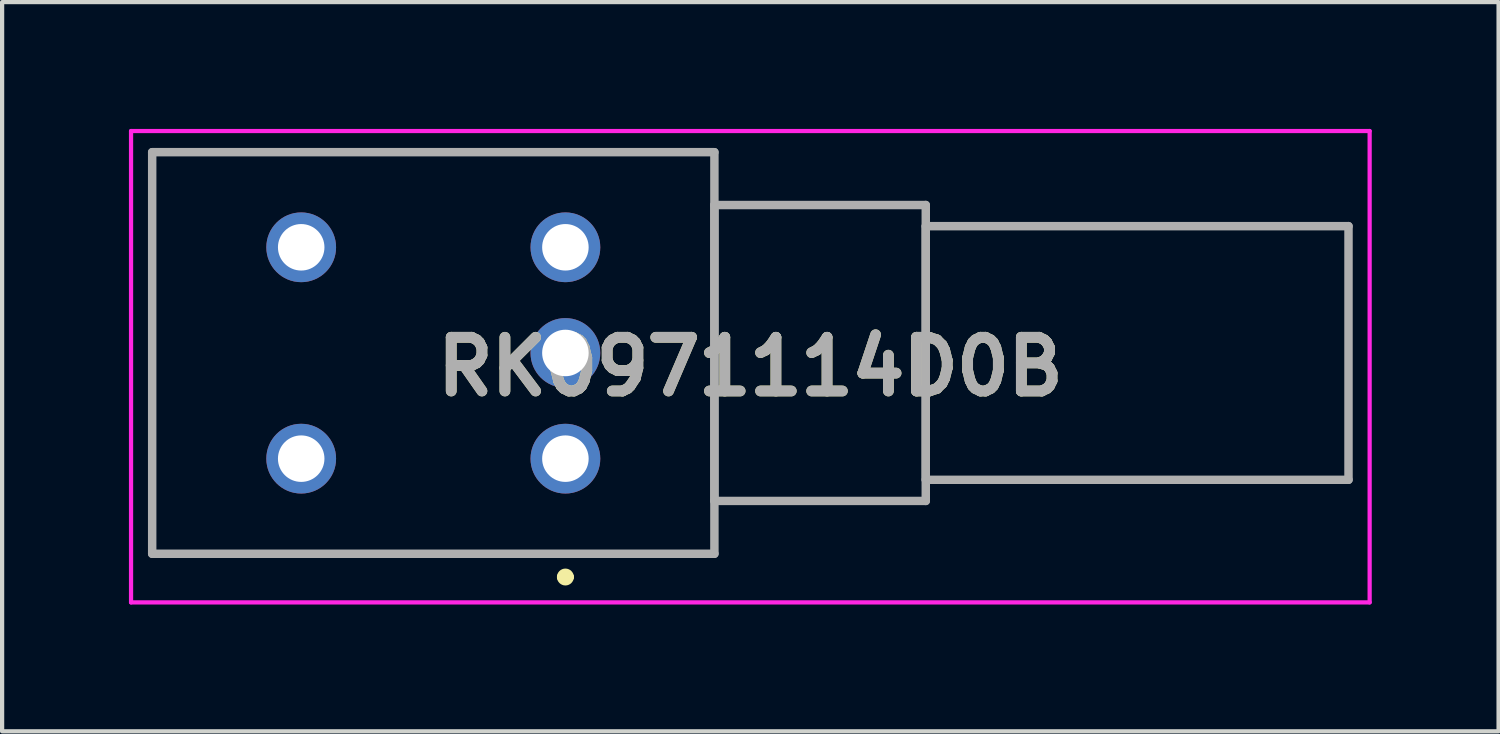
<source format=kicad_pcb>
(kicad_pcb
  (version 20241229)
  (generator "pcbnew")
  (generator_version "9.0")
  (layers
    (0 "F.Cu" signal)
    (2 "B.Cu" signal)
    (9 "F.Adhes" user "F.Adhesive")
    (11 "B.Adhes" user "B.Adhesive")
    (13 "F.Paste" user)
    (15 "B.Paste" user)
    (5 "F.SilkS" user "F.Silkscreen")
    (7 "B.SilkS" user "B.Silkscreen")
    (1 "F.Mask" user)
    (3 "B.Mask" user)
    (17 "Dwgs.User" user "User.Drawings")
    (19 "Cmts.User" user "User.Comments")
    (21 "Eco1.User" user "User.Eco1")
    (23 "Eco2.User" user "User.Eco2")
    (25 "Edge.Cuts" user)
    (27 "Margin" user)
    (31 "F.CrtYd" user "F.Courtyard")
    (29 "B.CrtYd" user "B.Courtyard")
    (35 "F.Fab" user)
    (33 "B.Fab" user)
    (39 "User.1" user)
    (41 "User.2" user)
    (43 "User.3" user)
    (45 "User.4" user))
  (footprint "RK0971114D0B"
    (layer "F.Cu")
    (at 10.325 7.8)
    (property "Reference" "RK0971114D0B" (at 4.375 -2.175 0) (layer "F.SilkS") (effects (font (size 1.27 1.27) (thickness 0.254))))
    (attr through_hole)
    (fp_line (start -9.775 -7.25) (end 3.525 -7.25) (stroke (width 0.1) (type solid)) (layer "F.SilkS"))
    (fp_line (start -9.775 2.25) (end -9.775 -7.25) (stroke (width 0.1) (type solid)) (layer "F.SilkS"))
    (fp_line (start -0.1 2.8) (end -0.1 2.8) (stroke (width 0.2) (type solid)) (layer "F.SilkS"))
    (fp_line (start 0.1 2.8) (end 0.1 2.8) (stroke (width 0.2) (type solid)) (layer "F.SilkS"))
    (fp_line (start 3.525 -7.25) (end 3.525 2.25) (stroke (width 0.1) (type solid)) (layer "F.SilkS"))
    (fp_line (start 3.525 2.25) (end -9.775 2.25) (stroke (width 0.1) (type solid)) (layer "F.SilkS"))
    (fp_arc (start -0.1 2.8) (mid 0 2.7) (end 0.1 2.8) (stroke (width 0.2) (type solid)) (layer "F.SilkS"))
    (fp_arc (start 0.1 2.8) (mid 0 2.9) (end -0.1 2.8) (stroke (width 0.2) (type solid)) (layer "F.SilkS"))
    (fp_line (start -10.275 -7.75) (end 19.025 -7.75) (stroke (width 0.1) (type solid)) (layer "F.CrtYd"))
    (fp_line (start -10.275 3.4) (end -10.275 -7.75) (stroke (width 0.1) (type solid)) (layer "F.CrtYd"))
    (fp_line (start 19.025 -7.75) (end 19.025 3.4) (stroke (width 0.1) (type solid)) (layer "F.CrtYd"))
    (fp_line (start 19.025 3.4) (end -10.275 3.4) (stroke (width 0.1) (type solid)) (layer "F.CrtYd"))
    (fp_line (start -9.775 -7.25) (end 3.525 -7.25) (stroke (width 0.2) (type solid)) (layer "F.Fab"))
    (fp_line (start -9.775 2.25) (end -9.775 -7.25) (stroke (width 0.2) (type solid)) (layer "F.Fab"))
    (fp_line (start 3.525 -7.25) (end 3.525 2.25) (stroke (width 0.2) (type solid)) (layer "F.Fab"))
    (fp_line (start 3.525 -6) (end 8.525 -6) (stroke (width 0.2) (type solid)) (layer "F.Fab"))
    (fp_line (start 3.525 1) (end 3.525 -6) (stroke (width 0.2) (type solid)) (layer "F.Fab"))
    (fp_line (start 3.525 2.25) (end -9.775 2.25) (stroke (width 0.2) (type solid)) (layer "F.Fab"))
    (fp_line (start 8.525 -6) (end 8.525 1) (stroke (width 0.2) (type solid)) (layer "F.Fab"))
    (fp_line (start 8.525 -5.5) (end 18.525 -5.5) (stroke (width 0.2) (type solid)) (layer "F.Fab"))
    (fp_line (start 8.525 0.5) (end 8.525 -5.5) (stroke (width 0.2) (type solid)) (layer "F.Fab"))
    (fp_line (start 8.525 1) (end 3.525 1) (stroke (width 0.2) (type solid)) (layer "F.Fab"))
    (fp_line (start 18.525 -5.5) (end 18.525 0.5) (stroke (width 0.2) (type solid)) (layer "F.Fab"))
    (fp_line (start 18.525 0.5) (end 8.525 0.5) (stroke (width 0.2) (type solid)) (layer "F.Fab"))
    (fp_text user "${REFERENCE}" (at 4.375 -2.175 0) (layer "F.Fab") (effects (font (size 1.27 1.27) (thickness 0.254))))
    (pad "1" thru_hole circle (at 0 0) (size 1.65 1.65) (drill 1.1) (layers "*.Cu" "*.Mask"))
    (pad "2" thru_hole circle (at 0 -2.5) (size 1.65 1.65) (drill 1.1) (layers "*.Cu" "*.Mask"))
    (pad "3" thru_hole circle (at 0 -5) (size 1.65 1.65) (drill 1.1) (layers "*.Cu" "*.Mask"))
    (pad "S1" thru_hole circle (at -6.25 0) (size 1.65 1.65) (drill 1.1) (layers "*.Cu" "*.Mask"))
    (pad "S2" thru_hole circle (at -6.25 -5) (size 1.65 1.65) (drill 1.1) (layers "*.Cu" "*.Mask")))
  (gr_rect
    (start -3 -3)
    (end 32.4 14.25)
    (stroke (width 0.1) (type default))
    (fill no)
    (layer "Edge.Cuts")))
</source>
